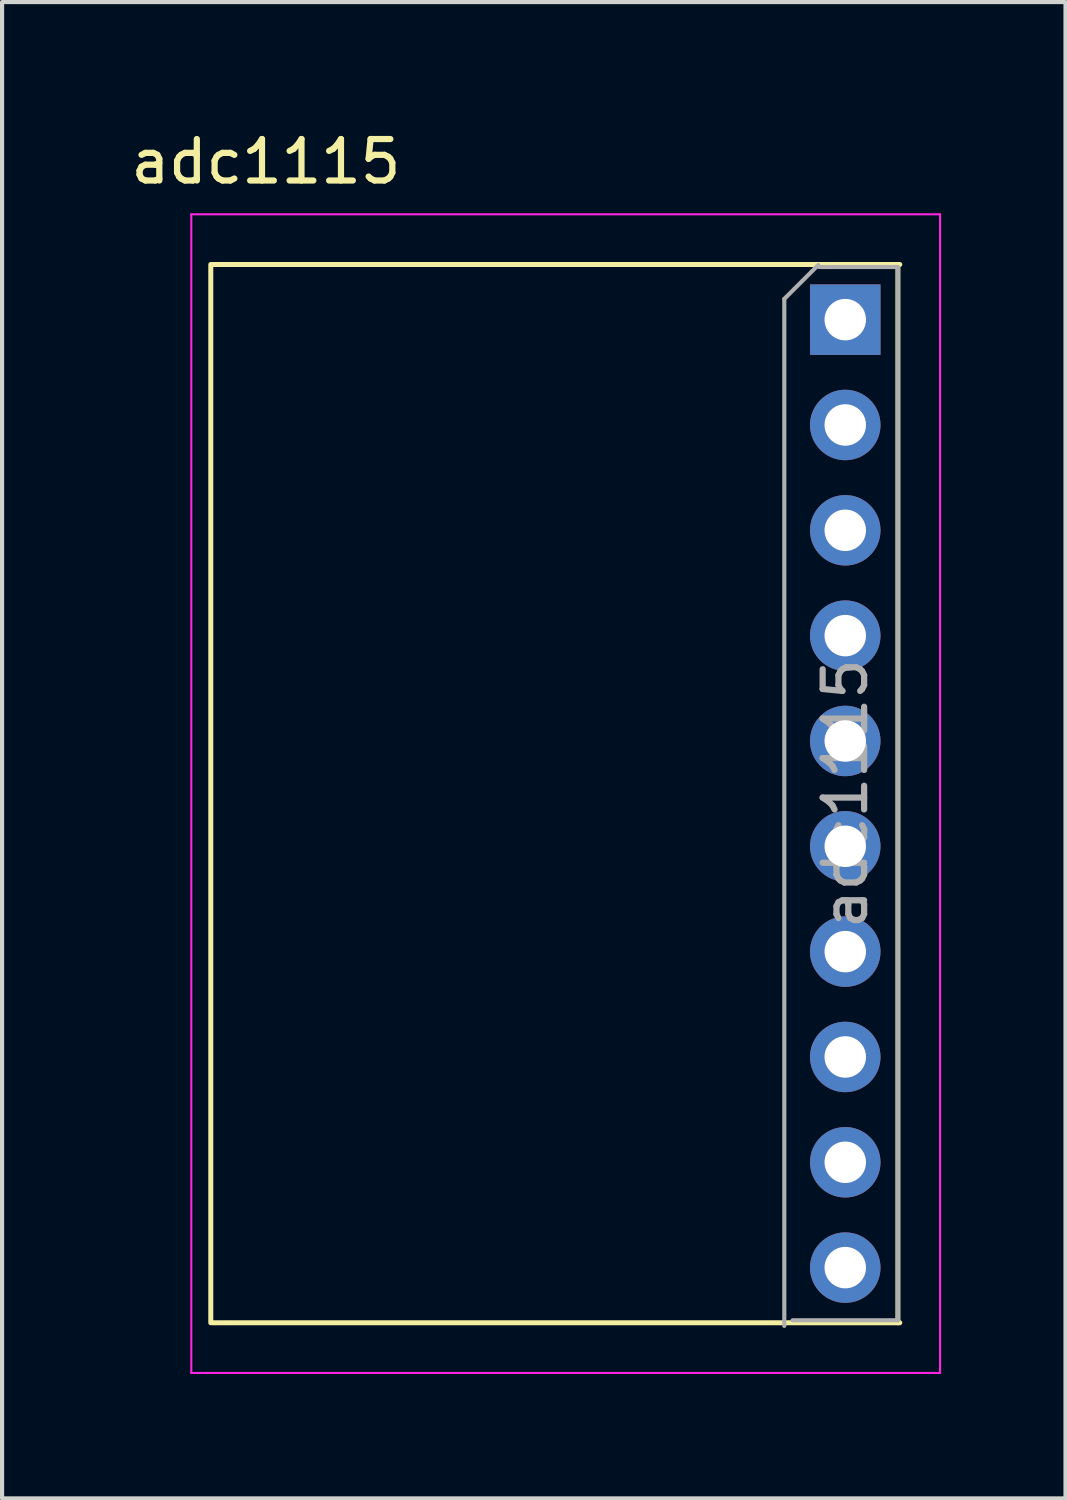
<source format=kicad_pcb>
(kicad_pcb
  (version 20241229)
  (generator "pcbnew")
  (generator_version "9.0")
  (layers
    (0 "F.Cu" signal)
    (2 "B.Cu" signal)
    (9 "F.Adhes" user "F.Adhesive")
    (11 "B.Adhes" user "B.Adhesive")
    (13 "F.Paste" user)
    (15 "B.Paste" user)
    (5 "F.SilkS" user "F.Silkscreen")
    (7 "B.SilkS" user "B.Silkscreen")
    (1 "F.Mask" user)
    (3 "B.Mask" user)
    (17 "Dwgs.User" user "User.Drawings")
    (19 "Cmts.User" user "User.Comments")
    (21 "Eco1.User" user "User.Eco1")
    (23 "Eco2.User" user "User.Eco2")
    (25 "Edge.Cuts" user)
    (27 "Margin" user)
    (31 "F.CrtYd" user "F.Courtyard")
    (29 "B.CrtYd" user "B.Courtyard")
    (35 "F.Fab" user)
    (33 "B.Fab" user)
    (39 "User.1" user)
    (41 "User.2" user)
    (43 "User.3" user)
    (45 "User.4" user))
  (footprint "adc1115"
    (layer "F.Cu")
    (at 3.363 4.658)
    (property "Reference" "adc1115" (at 0 -3.81 0) (layer "F.SilkS") (effects (font (size 1 1) (thickness 0.15))))
    (attr through_hole)
    (fp_line (start -1.33 -1.33) (end -1.33 24.19) (stroke (width 0.12) (type solid)) (layer "F.SilkS"))
    (fp_line (start -1.285 -1.33) (end 15.285 -1.33) (stroke (width 0.12) (type solid)) (layer "F.SilkS"))
    (fp_line (start -1.285 24.19) (end 15.285 24.19) (stroke (width 0.12) (type solid)) (layer "F.SilkS"))
    (fp_line (start 15.24 -1.33) (end 15.24 24.19) (stroke (width 0.12) (type solid)) (layer "F.SilkS"))
    (fp_line (start -1.8 -2.54) (end -1.8 25.4) (stroke (width 0.05) (type solid)) (layer "F.CrtYd"))
    (fp_line (start -1.8 25.4) (end 16.256 25.4) (stroke (width 0.05) (type solid)) (layer "F.CrtYd"))
    (fp_line (start 16.256 -2.54) (end -1.8 -2.54) (stroke (width 0.05) (type solid)) (layer "F.CrtYd"))
    (fp_line (start 16.256 25.4) (end 16.256 -2.54) (stroke (width 0.05) (type solid)) (layer "F.CrtYd"))
    (fp_line (start 12.5 -0.5) (end 13.318 -1.317) (stroke (width 0.1) (type solid)) (layer "F.Fab"))
    (fp_line (start 12.5 24.265) (end 12.5 -0.5) (stroke (width 0.1) (type solid)) (layer "F.Fab"))
    (fp_line (start 13.335 -1.27) (end 15.24 -1.27) (stroke (width 0.1) (type solid)) (layer "F.Fab"))
    (fp_line (start 15.24 -1.27) (end 15.24 24.13) (stroke (width 0.1) (type solid)) (layer "F.Fab"))
    (fp_line (start 15.24 24.13) (end 12.7 24.13) (stroke (width 0.1) (type solid)) (layer "F.Fab"))
    (fp_text user "${REFERENCE}" (at 13.97 11.43 90) (layer "F.Fab") (effects (font (size 1 1) (thickness 0.15))))
    (pad "1" thru_hole rect (at 13.97 0) (size 1.7 1.7) (drill 1) (layers "*.Cu" "*.Mask"))
    (pad "2" thru_hole oval (at 13.97 2.54) (size 1.7 1.7) (drill 1) (layers "*.Cu" "*.Mask"))
    (pad "3" thru_hole oval (at 13.97 5.08) (size 1.7 1.7) (drill 1) (layers "*.Cu" "*.Mask"))
    (pad "4" thru_hole oval (at 13.97 7.62) (size 1.7 1.7) (drill 1) (layers "*.Cu" "*.Mask"))
    (pad "5" thru_hole oval (at 13.97 10.16) (size 1.7 1.7) (drill 1) (layers "*.Cu" "*.Mask"))
    (pad "6" thru_hole oval (at 13.97 12.7) (size 1.7 1.7) (drill 1) (layers "*.Cu" "*.Mask"))
    (pad "7" thru_hole oval (at 13.97 15.24) (size 1.7 1.7) (drill 1) (layers "*.Cu" "*.Mask"))
    (pad "8" thru_hole oval (at 13.97 17.78) (size 1.7 1.7) (drill 1) (layers "*.Cu" "*.Mask"))
    (pad "9" thru_hole oval (at 13.97 20.32) (size 1.7 1.7) (drill 1) (layers "*.Cu" "*.Mask"))
    (pad "10" thru_hole oval (at 13.97 22.86) (size 1.7 1.7) (drill 1) (layers "*.Cu" "*.Mask")))
  (gr_rect
    (start -3 -3)
    (end 22.644 33.083)
    (stroke (width 0.1) (type default))
    (fill no)
    (layer "Edge.Cuts")))
</source>
